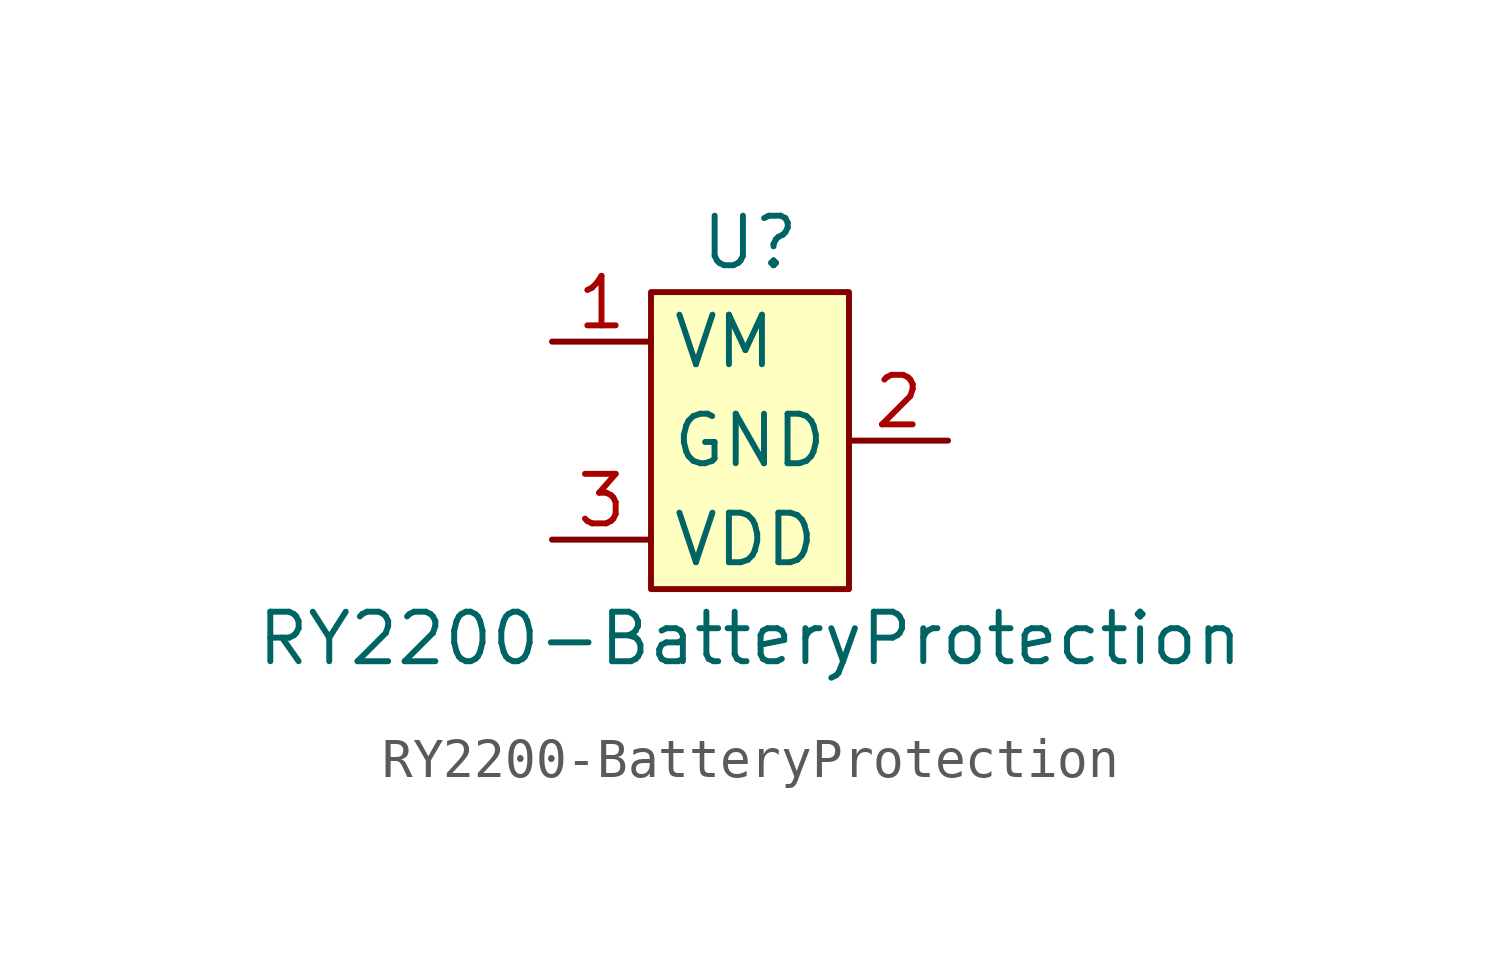
<source format=kicad_sym>
(kicad_symbol_lib
  (version 20211014)
  (generator kicad_symbol_editor)
  (symbol "RY2200-BatteryProtection"
    (property "Reference" "U"
      (at 0 5.08 0)
      (effects (font (size 1.27 1.27))))
    (property "Value" "RY2200-BatteryProtection"
      (at 0 -5.08 0)
      (effects (font (size 1.27 1.27))))
    (symbol "RY2200-BatteryProtection_0_1"
      (rectangle (start -2.54 3.81) (end 2.54 -3.81) (stroke (width 0.152) (type default) (color 0 0 0 0)) (fill (type background))))
    (symbol "RY2200-BatteryProtection_1_1"
      (pin input line (at -5.08 2.54 0) (length 2.54) (name "VM" (effects (font (size 1.27 1.27)))) (number "1" (effects (font (size 1.27 1.27)))))
      (pin input line (at 5.08 0 180) (length 2.54) (name "GND" (effects (font (size 1.27 1.27)))) (number "2" (effects (font (size 1.27 1.27)))))
      (pin input line (at -5.08 -2.54 0) (length 2.54) (name "VDD" (effects (font (size 1.27 1.27)))) (number "3" (effects (font (size 1.27 1.27))))))))
</source>
